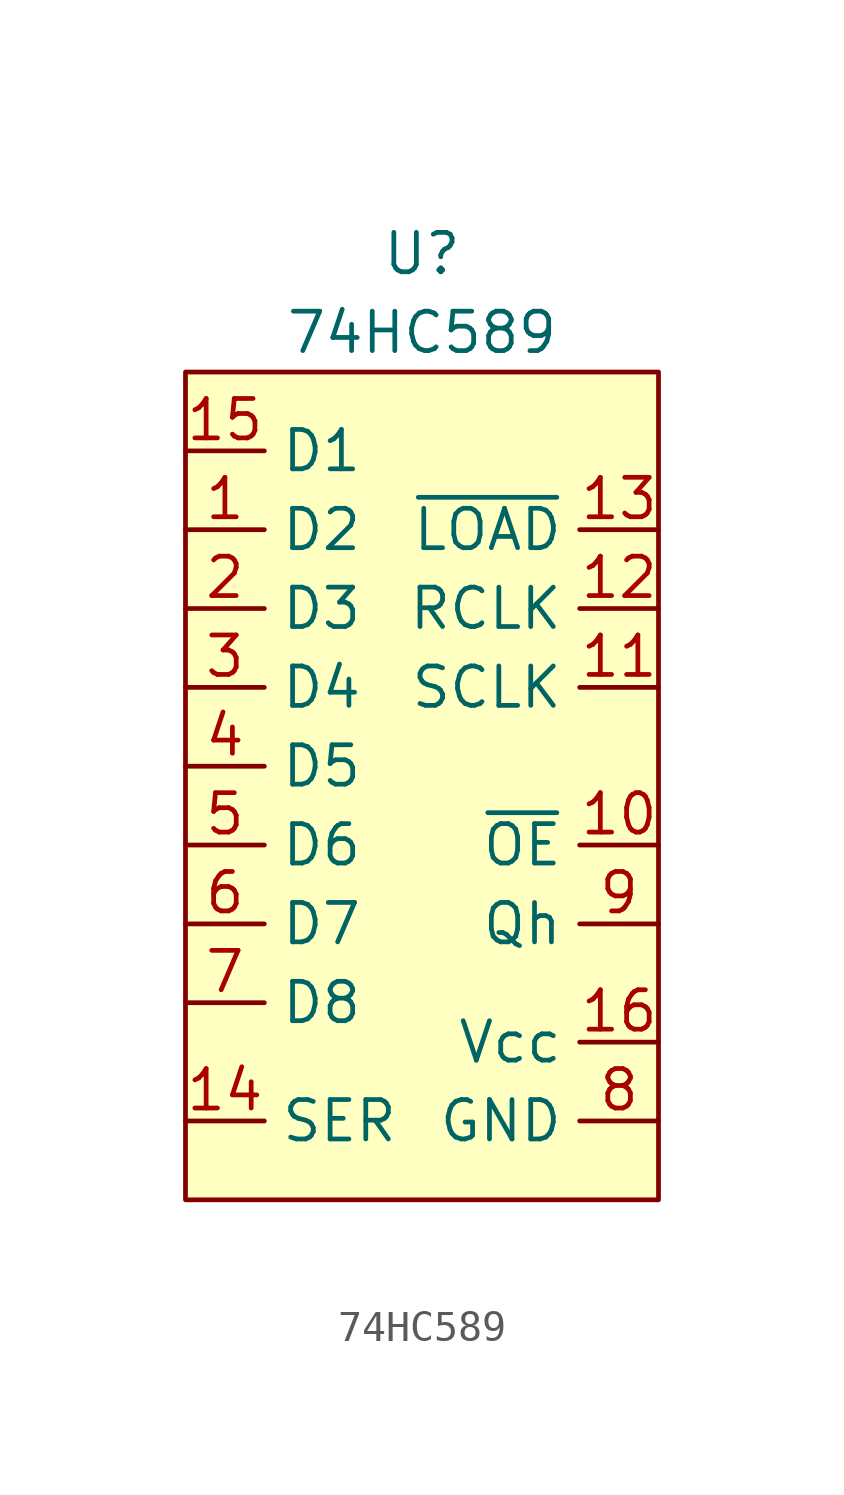
<source format=kicad_sym>
(kicad_symbol_lib
  (version 20211014)
  (generator kicad_symbol_editor)
  (symbol "74HC589"
    (property "Reference" "U"
      (at 0 16.51 0)
      (effects (font (size 1.27 1.27))))
    (property "Value" "74HC589"
      (at 0 13.97 0)
      (effects (font (size 1.27 1.27))))
    (symbol "74HC589_0_1"
      (rectangle (start -7.62 12.7) (end 7.62 -13.97) (stroke (width 0.152) (type default) (color 0 0 0 0)) (fill (type background))))
    (symbol "74HC589_1_1"
      (pin input line (at -7.62 7.62 0) (length 2.54) (name "D2" (effects (font (size 1.27 1.27)))) (number "1" (effects (font (size 1.27 1.27)))))
      (pin input line (at 7.62 -2.54 180) (length 2.54) (name "~{OE}" (effects (font (size 1.27 1.27)))) (number "10" (effects (font (size 1.27 1.27)))))
      (pin input line (at 7.62 2.54 180) (length 2.54) (name "SCLK" (effects (font (size 1.27 1.27)))) (number "11" (effects (font (size 1.27 1.27)))))
      (pin input line (at 7.62 5.08 180) (length 2.54) (name "RCLK" (effects (font (size 1.27 1.27)))) (number "12" (effects (font (size 1.27 1.27)))))
      (pin input line (at 7.62 7.62 180) (length 2.54) (name "~{LOAD}" (effects (font (size 1.27 1.27)))) (number "13" (effects (font (size 1.27 1.27)))))
      (pin input line (at -7.62 -11.43 0) (length 2.54) (name "SER" (effects (font (size 1.27 1.27)))) (number "14" (effects (font (size 1.27 1.27)))))
      (pin input line (at -7.62 10.16 0) (length 2.54) (name "D1" (effects (font (size 1.27 1.27)))) (number "15" (effects (font (size 1.27 1.27)))))
      (pin power_in line (at 7.62 -8.89 180) (length 2.54) (name "Vcc" (effects (font (size 1.27 1.27)))) (number "16" (effects (font (size 1.27 1.27)))))
      (pin input line (at -7.62 5.08 0) (length 2.54) (name "D3" (effects (font (size 1.27 1.27)))) (number "2" (effects (font (size 1.27 1.27)))))
      (pin input line (at -7.62 2.54 0) (length 2.54) (name "D4" (effects (font (size 1.27 1.27)))) (number "3" (effects (font (size 1.27 1.27)))))
      (pin input line (at -7.62 0 0) (length 2.54) (name "D5" (effects (font (size 1.27 1.27)))) (number "4" (effects (font (size 1.27 1.27)))))
      (pin input line (at -7.62 -2.54 0) (length 2.54) (name "D6" (effects (font (size 1.27 1.27)))) (number "5" (effects (font (size 1.27 1.27)))))
      (pin input line (at -7.62 -5.08 0) (length 2.54) (name "D7" (effects (font (size 1.27 1.27)))) (number "6" (effects (font (size 1.27 1.27)))))
      (pin input line (at -7.62 -7.62 0) (length 2.54) (name "D8" (effects (font (size 1.27 1.27)))) (number "7" (effects (font (size 1.27 1.27)))))
      (pin power_in line (at 7.62 -11.43 180) (length 2.54) (name "GND" (effects (font (size 1.27 1.27)))) (number "8" (effects (font (size 1.27 1.27)))))
      (pin input line (at 7.62 -5.08 180) (length 2.54) (name "Qh" (effects (font (size 1.27 1.27)))) (number "9" (effects (font (size 1.27 1.27))))))))
</source>
